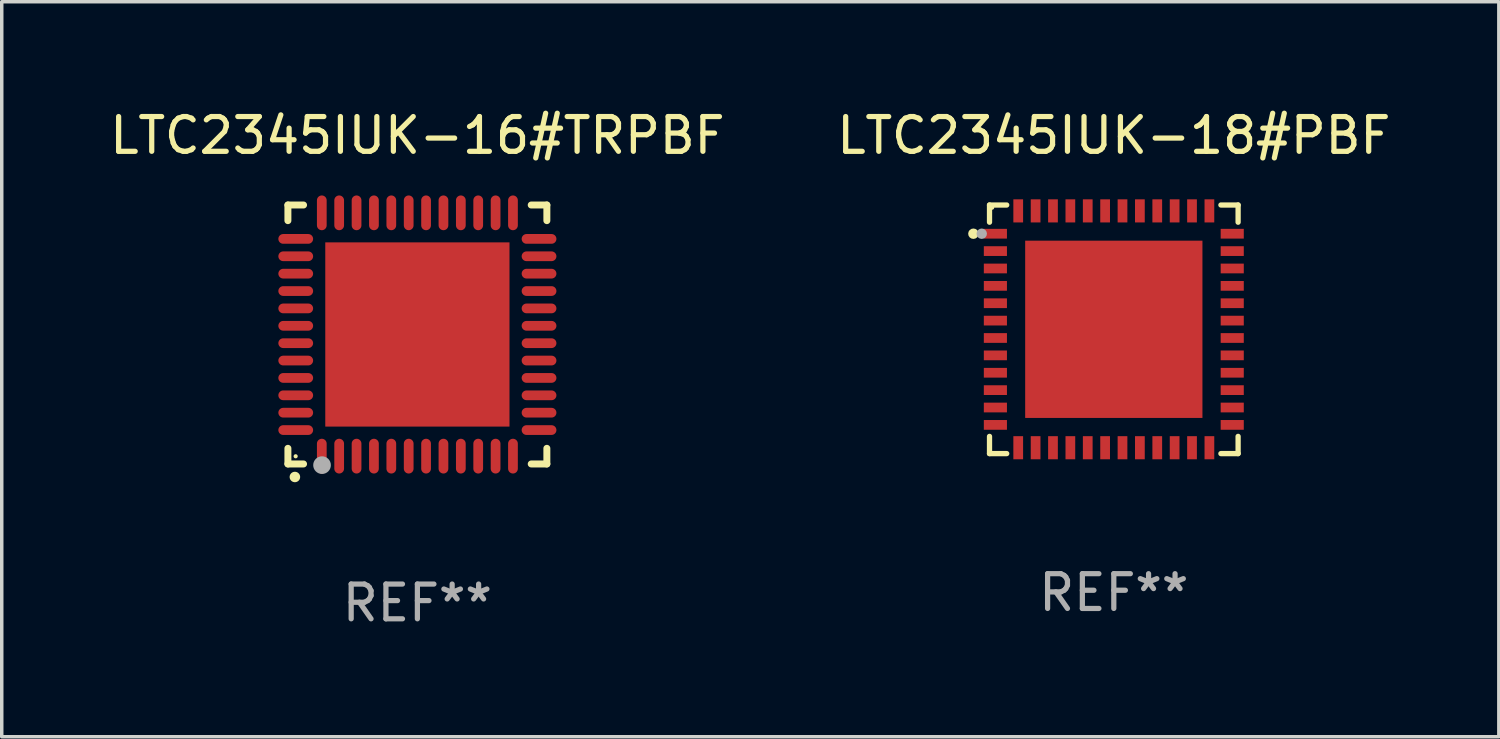
<source format=kicad_pcb>
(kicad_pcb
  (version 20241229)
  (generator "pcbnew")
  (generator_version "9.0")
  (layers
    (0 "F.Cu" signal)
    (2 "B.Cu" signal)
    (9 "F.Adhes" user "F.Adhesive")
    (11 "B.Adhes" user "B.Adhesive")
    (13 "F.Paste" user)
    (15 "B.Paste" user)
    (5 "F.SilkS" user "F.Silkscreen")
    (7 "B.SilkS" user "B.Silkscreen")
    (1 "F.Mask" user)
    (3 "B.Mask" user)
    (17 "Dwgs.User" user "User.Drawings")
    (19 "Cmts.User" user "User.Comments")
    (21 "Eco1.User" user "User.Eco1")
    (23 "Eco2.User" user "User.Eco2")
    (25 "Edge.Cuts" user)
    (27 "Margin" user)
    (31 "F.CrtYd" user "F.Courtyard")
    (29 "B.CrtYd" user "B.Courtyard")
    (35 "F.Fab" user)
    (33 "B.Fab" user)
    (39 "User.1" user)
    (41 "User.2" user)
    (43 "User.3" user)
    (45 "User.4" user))
  (footprint "LTC2345IUK-16#TRPBF"
    (layer "F.Cu")
    (at 8.958 6.573)
    (property "Reference" "LTC2345IUK-16#TRPBF" (at 0 -5.725 0) (layer "F.SilkS") (effects (font (size 1 1) (thickness 0.15))))
    (attr through_hole)
    (fp_line (start -3.725 -3.725) (end -3.275 -3.725) (stroke (width 0.2) (type solid)) (layer "F.SilkS"))
    (fp_line (start -3.725 -3.275) (end -3.725 -3.725) (stroke (width 0.2) (type solid)) (layer "F.SilkS"))
    (fp_line (start -3.725 3.725) (end -3.725 3.275) (stroke (width 0.2) (type solid)) (layer "F.SilkS"))
    (fp_line (start -3.275 3.725) (end -3.725 3.725) (stroke (width 0.2) (type solid)) (layer "F.SilkS"))
    (fp_line (start 3.275 3.725) (end 3.725 3.725) (stroke (width 0.2) (type solid)) (layer "F.SilkS"))
    (fp_line (start 3.725 -3.725) (end 3.275 -3.725) (stroke (width 0.2) (type solid)) (layer "F.SilkS"))
    (fp_line (start 3.725 -3.275) (end 3.725 -3.725) (stroke (width 0.2) (type solid)) (layer "F.SilkS"))
    (fp_line (start 3.725 3.725) (end 3.725 3.275) (stroke (width 0.2) (type solid)) (layer "F.SilkS"))
    (fp_arc (start -3.525527 4.099568) (mid -3.524257 4.099563) (end -3.522987 4.099568) (stroke (width 0.3) (type solid)) (layer "F.SilkS"))
    (fp_circle (center -3.502 3.504) (end -3.472 3.504) (stroke (width 0.06) (type solid)) (fill no) (layer "F.SilkS"))
    (fp_circle (center -2.743 3.759) (end -2.616 3.759) (stroke (width 0.254) (type solid)) (fill no) (layer "F.Fab"))
    (fp_text user "REF**" (at 0 7.725 0) (layer "F.Fab") (effects (font (size 1 1) (thickness 0.15))))
    (pad "1" smd oval (at -2.75 3.5) (size 0.28 1) (layers "F.Cu" "F.Mask" "F.Paste"))
    (pad "2" smd oval (at -2.25 3.5) (size 0.28 1) (layers "F.Cu" "F.Mask" "F.Paste"))
    (pad "3" smd oval (at -1.75 3.5) (size 0.28 1) (layers "F.Cu" "F.Mask" "F.Paste"))
    (pad "4" smd oval (at -1.25 3.5) (size 0.28 1) (layers "F.Cu" "F.Mask" "F.Paste"))
    (pad "5" smd oval (at -0.75 3.5) (size 0.28 1) (layers "F.Cu" "F.Mask" "F.Paste"))
    (pad "6" smd oval (at -0.25 3.5) (size 0.28 1) (layers "F.Cu" "F.Mask" "F.Paste"))
    (pad "7" smd oval (at 0.25 3.5) (size 0.28 1) (layers "F.Cu" "F.Mask" "F.Paste"))
    (pad "8" smd oval (at 0.75 3.5) (size 0.28 1) (layers "F.Cu" "F.Mask" "F.Paste"))
    (pad "9" smd oval (at 1.25 3.5) (size 0.28 1) (layers "F.Cu" "F.Mask" "F.Paste"))
    (pad "10" smd oval (at 1.75 3.5) (size 0.28 1) (layers "F.Cu" "F.Mask" "F.Paste"))
    (pad "11" smd oval (at 2.25 3.5) (size 0.28 1) (layers "F.Cu" "F.Mask" "F.Paste"))
    (pad "12" smd oval (at 2.75 3.5) (size 0.28 1) (layers "F.Cu" "F.Mask" "F.Paste"))
    (pad "13" smd oval (at 3.5 2.75) (size 1 0.28) (layers "F.Cu" "F.Mask" "F.Paste"))
    (pad "14" smd oval (at 3.5 2.25) (size 1 0.28) (layers "F.Cu" "F.Mask" "F.Paste"))
    (pad "15" smd oval (at 3.5 1.75) (size 1 0.28) (layers "F.Cu" "F.Mask" "F.Paste"))
    (pad "16" smd oval (at 3.5 1.25) (size 1 0.28) (layers "F.Cu" "F.Mask" "F.Paste"))
    (pad "17" smd oval (at 3.5 0.75) (size 1 0.28) (layers "F.Cu" "F.Mask" "F.Paste"))
    (pad "18" smd oval (at 3.5 0.25) (size 1 0.28) (layers "F.Cu" "F.Mask" "F.Paste"))
    (pad "19" smd oval (at 3.5 -0.25) (size 1 0.28) (layers "F.Cu" "F.Mask" "F.Paste"))
    (pad "20" smd oval (at 3.5 -0.75) (size 1 0.28) (layers "F.Cu" "F.Mask" "F.Paste"))
    (pad "21" smd oval (at 3.5 -1.25) (size 1 0.28) (layers "F.Cu" "F.Mask" "F.Paste"))
    (pad "22" smd oval (at 3.5 -1.75) (size 1 0.28) (layers "F.Cu" "F.Mask" "F.Paste"))
    (pad "23" smd oval (at 3.5 -2.25) (size 1 0.28) (layers "F.Cu" "F.Mask" "F.Paste"))
    (pad "24" smd oval (at 3.5 -2.75) (size 1 0.28) (layers "F.Cu" "F.Mask" "F.Paste"))
    (pad "25" smd oval (at 2.75 -3.5) (size 0.28 1) (layers "F.Cu" "F.Mask" "F.Paste"))
    (pad "26" smd oval (at 2.25 -3.5) (size 0.28 1) (layers "F.Cu" "F.Mask" "F.Paste"))
    (pad "27" smd oval (at 1.75 -3.5) (size 0.28 1) (layers "F.Cu" "F.Mask" "F.Paste"))
    (pad "28" smd oval (at 1.25 -3.5) (size 0.28 1) (layers "F.Cu" "F.Mask" "F.Paste"))
    (pad "29" smd oval (at 0.75 -3.5) (size 0.28 1) (layers "F.Cu" "F.Mask" "F.Paste"))
    (pad "30" smd oval (at 0.25 -3.5) (size 0.28 1) (layers "F.Cu" "F.Mask" "F.Paste"))
    (pad "31" smd oval (at -0.25 -3.5) (size 0.28 1) (layers "F.Cu" "F.Mask" "F.Paste"))
    (pad "32" smd oval (at -0.75 -3.5) (size 0.28 1) (layers "F.Cu" "F.Mask" "F.Paste"))
    (pad "33" smd oval (at -1.25 -3.5) (size 0.28 1) (layers "F.Cu" "F.Mask" "F.Paste"))
    (pad "34" smd oval (at -1.75 -3.5) (size 0.28 1) (layers "F.Cu" "F.Mask" "F.Paste"))
    (pad "35" smd oval (at -2.25 -3.5) (size 0.28 1) (layers "F.Cu" "F.Mask" "F.Paste"))
    (pad "36" smd oval (at -2.75 -3.5) (size 0.28 1) (layers "F.Cu" "F.Mask" "F.Paste"))
    (pad "37" smd oval (at -3.5 -2.75) (size 1 0.28) (layers "F.Cu" "F.Mask" "F.Paste"))
    (pad "38" smd oval (at -3.5 -2.25) (size 1 0.28) (layers "F.Cu" "F.Mask" "F.Paste"))
    (pad "39" smd oval (at -3.5 -1.75) (size 1 0.28) (layers "F.Cu" "F.Mask" "F.Paste"))
    (pad "40" smd oval (at -3.5 -1.25) (size 1 0.28) (layers "F.Cu" "F.Mask" "F.Paste"))
    (pad "41" smd oval (at -3.5 -0.75) (size 1 0.28) (layers "F.Cu" "F.Mask" "F.Paste"))
    (pad "42" smd oval (at -3.5 -0.25) (size 1 0.28) (layers "F.Cu" "F.Mask" "F.Paste"))
    (pad "43" smd oval (at -3.5 0.25) (size 1 0.28) (layers "F.Cu" "F.Mask" "F.Paste"))
    (pad "44" smd oval (at -3.5 0.75) (size 1 0.28) (layers "F.Cu" "F.Mask" "F.Paste"))
    (pad "45" smd oval (at -3.5 1.25) (size 1 0.28) (layers "F.Cu" "F.Mask" "F.Paste"))
    (pad "46" smd oval (at -3.5 1.75) (size 1 0.28) (layers "F.Cu" "F.Mask" "F.Paste"))
    (pad "47" smd oval (at -3.5 2.25) (size 1 0.28) (layers "F.Cu" "F.Mask" "F.Paste"))
    (pad "48" smd oval (at -3.5 2.75) (size 1 0.28) (layers "F.Cu" "F.Mask" "F.Paste"))
    (pad "49" smd rect (at 0 0) (size 5.3 5.3) (layers "F.Cu" "F.Mask" "F.Paste")))
  (footprint "LTC2345IUK-18#PBF"
    (layer "F.Cu")
    (at 28.994 6.424)
    (property "Reference" "LTC2345IUK-18#PBF" (at 0 -5.576 0) (layer "F.SilkS") (effects (font (size 1 1) (thickness 0.15))))
    (attr through_hole)
    (fp_line (start -3.576 -3.576) (end -3.576 -3.081) (stroke (width 0.152) (type solid)) (layer "F.SilkS"))
    (fp_line (start -3.576 3.576) (end -3.576 3.081) (stroke (width 0.152) (type solid)) (layer "F.SilkS"))
    (fp_line (start -3.081 -3.576) (end -3.576 -3.576) (stroke (width 0.152) (type solid)) (layer "F.SilkS"))
    (fp_line (start -3.081 3.576) (end -3.576 3.576) (stroke (width 0.152) (type solid)) (layer "F.SilkS"))
    (fp_line (start 3.081 -3.576) (end 3.576 -3.576) (stroke (width 0.152) (type solid)) (layer "F.SilkS"))
    (fp_line (start 3.081 3.576) (end 3.576 3.576) (stroke (width 0.152) (type solid)) (layer "F.SilkS"))
    (fp_line (start 3.576 -3.576) (end 3.576 -3.081) (stroke (width 0.152) (type solid)) (layer "F.SilkS"))
    (fp_line (start 3.576 3.576) (end 3.576 3.081) (stroke (width 0.152) (type solid)) (layer "F.SilkS"))
    (fp_circle (center -4.04 -2.75) (end -3.965 -2.75) (stroke (width 0.15) (type solid)) (fill no) (layer "F.SilkS"))
    (fp_circle (center -3.5 -3.5) (end -3.47 -3.5) (stroke (width 0.06) (type solid)) (fill no) (layer "F.SilkS"))
    (fp_circle (center -3.8 -2.75) (end -3.725 -2.75) (stroke (width 0.15) (type solid)) (fill no) (layer "F.Fab"))
    (fp_text user "REF**" (at 0 7.576 0) (layer "F.Fab") (effects (font (size 1 1) (thickness 0.15))))
    (pad "1" smd rect (at -3.407 -2.75) (size 0.665 0.28) (layers "F.Cu" "F.Mask" "F.Paste"))
    (pad "2" smd rect (at -3.407 -2.25) (size 0.665 0.28) (layers "F.Cu" "F.Mask" "F.Paste"))
    (pad "3" smd rect (at -3.407 -1.75) (size 0.665 0.28) (layers "F.Cu" "F.Mask" "F.Paste"))
    (pad "4" smd rect (at -3.407 -1.25) (size 0.665 0.28) (layers "F.Cu" "F.Mask" "F.Paste"))
    (pad "5" smd rect (at -3.407 -0.75) (size 0.665 0.28) (layers "F.Cu" "F.Mask" "F.Paste"))
    (pad "6" smd rect (at -3.407 -0.25) (size 0.665 0.28) (layers "F.Cu" "F.Mask" "F.Paste"))
    (pad "7" smd rect (at -3.407 0.25) (size 0.665 0.28) (layers "F.Cu" "F.Mask" "F.Paste"))
    (pad "8" smd rect (at -3.407 0.75) (size 0.665 0.28) (layers "F.Cu" "F.Mask" "F.Paste"))
    (pad "9" smd rect (at -3.407 1.25) (size 0.665 0.28) (layers "F.Cu" "F.Mask" "F.Paste"))
    (pad "10" smd rect (at -3.407 1.75) (size 0.665 0.28) (layers "F.Cu" "F.Mask" "F.Paste"))
    (pad "11" smd rect (at -3.407 2.25) (size 0.665 0.28) (layers "F.Cu" "F.Mask" "F.Paste"))
    (pad "12" smd rect (at -3.407 2.75) (size 0.665 0.28) (layers "F.Cu" "F.Mask" "F.Paste"))
    (pad "13" smd rect (at -2.75 3.407) (size 0.28 0.665) (layers "F.Cu" "F.Mask" "F.Paste"))
    (pad "14" smd rect (at -2.25 3.407) (size 0.28 0.665) (layers "F.Cu" "F.Mask" "F.Paste"))
    (pad "15" smd rect (at -1.75 3.407) (size 0.28 0.665) (layers "F.Cu" "F.Mask" "F.Paste"))
    (pad "16" smd rect (at -1.25 3.407) (size 0.28 0.665) (layers "F.Cu" "F.Mask" "F.Paste"))
    (pad "17" smd rect (at -0.75 3.407) (size 0.28 0.665) (layers "F.Cu" "F.Mask" "F.Paste"))
    (pad "18" smd rect (at -0.25 3.407) (size 0.28 0.665) (layers "F.Cu" "F.Mask" "F.Paste"))
    (pad "19" smd rect (at 0.25 3.407) (size 0.28 0.665) (layers "F.Cu" "F.Mask" "F.Paste"))
    (pad "20" smd rect (at 0.75 3.407) (size 0.28 0.665) (layers "F.Cu" "F.Mask" "F.Paste"))
    (pad "21" smd rect (at 1.25 3.407) (size 0.28 0.665) (layers "F.Cu" "F.Mask" "F.Paste"))
    (pad "22" smd rect (at 1.75 3.407) (size 0.28 0.665) (layers "F.Cu" "F.Mask" "F.Paste"))
    (pad "23" smd rect (at 2.25 3.407) (size 0.28 0.665) (layers "F.Cu" "F.Mask" "F.Paste"))
    (pad "24" smd rect (at 2.75 3.407) (size 0.28 0.665) (layers "F.Cu" "F.Mask" "F.Paste"))
    (pad "25" smd rect (at 3.407 2.75) (size 0.665 0.28) (layers "F.Cu" "F.Mask" "F.Paste"))
    (pad "26" smd rect (at 3.407 2.25) (size 0.665 0.28) (layers "F.Cu" "F.Mask" "F.Paste"))
    (pad "27" smd rect (at 3.407 1.75) (size 0.665 0.28) (layers "F.Cu" "F.Mask" "F.Paste"))
    (pad "28" smd rect (at 3.407 1.25) (size 0.665 0.28) (layers "F.Cu" "F.Mask" "F.Paste"))
    (pad "29" smd rect (at 3.407 0.75) (size 0.665 0.28) (layers "F.Cu" "F.Mask" "F.Paste"))
    (pad "30" smd rect (at 3.407 0.25) (size 0.665 0.28) (layers "F.Cu" "F.Mask" "F.Paste"))
    (pad "31" smd rect (at 3.407 -0.25) (size 0.665 0.28) (layers "F.Cu" "F.Mask" "F.Paste"))
    (pad "32" smd rect (at 3.407 -0.75) (size 0.665 0.28) (layers "F.Cu" "F.Mask" "F.Paste"))
    (pad "33" smd rect (at 3.407 -1.25) (size 0.665 0.28) (layers "F.Cu" "F.Mask" "F.Paste"))
    (pad "34" smd rect (at 3.407 -1.75) (size 0.665 0.28) (layers "F.Cu" "F.Mask" "F.Paste"))
    (pad "35" smd rect (at 3.407 -2.25) (size 0.665 0.28) (layers "F.Cu" "F.Mask" "F.Paste"))
    (pad "36" smd rect (at 3.407 -2.75) (size 0.665 0.28) (layers "F.Cu" "F.Mask" "F.Paste"))
    (pad "37" smd rect (at 2.75 -3.407) (size 0.28 0.665) (layers "F.Cu" "F.Mask" "F.Paste"))
    (pad "38" smd rect (at 2.25 -3.407) (size 0.28 0.665) (layers "F.Cu" "F.Mask" "F.Paste"))
    (pad "39" smd rect (at 1.75 -3.407) (size 0.28 0.665) (layers "F.Cu" "F.Mask" "F.Paste"))
    (pad "40" smd rect (at 1.25 -3.407) (size 0.28 0.665) (layers "F.Cu" "F.Mask" "F.Paste"))
    (pad "41" smd rect (at 0.75 -3.407) (size 0.28 0.665) (layers "F.Cu" "F.Mask" "F.Paste"))
    (pad "42" smd rect (at 0.25 -3.407) (size 0.28 0.665) (layers "F.Cu" "F.Mask" "F.Paste"))
    (pad "43" smd rect (at -0.25 -3.407) (size 0.28 0.665) (layers "F.Cu" "F.Mask" "F.Paste"))
    (pad "44" smd rect (at -0.75 -3.407) (size 0.28 0.665) (layers "F.Cu" "F.Mask" "F.Paste"))
    (pad "45" smd rect (at -1.25 -3.407) (size 0.28 0.665) (layers "F.Cu" "F.Mask" "F.Paste"))
    (pad "46" smd rect (at -1.75 -3.407) (size 0.28 0.665) (layers "F.Cu" "F.Mask" "F.Paste"))
    (pad "47" smd rect (at -2.25 -3.407) (size 0.28 0.665) (layers "F.Cu" "F.Mask" "F.Paste"))
    (pad "48" smd rect (at -2.75 -3.407) (size 0.28 0.665) (layers "F.Cu" "F.Mask" "F.Paste"))
    (pad "49" smd rect (at 0 0) (size 5.1 5.1) (layers "F.Cu" "F.Mask" "F.Paste")))
  (gr_rect
    (start -3 -3)
    (end 40.071 18.146)
    (stroke (width 0.1) (type default))
    (fill no)
    (layer "Edge.Cuts")))
</source>
